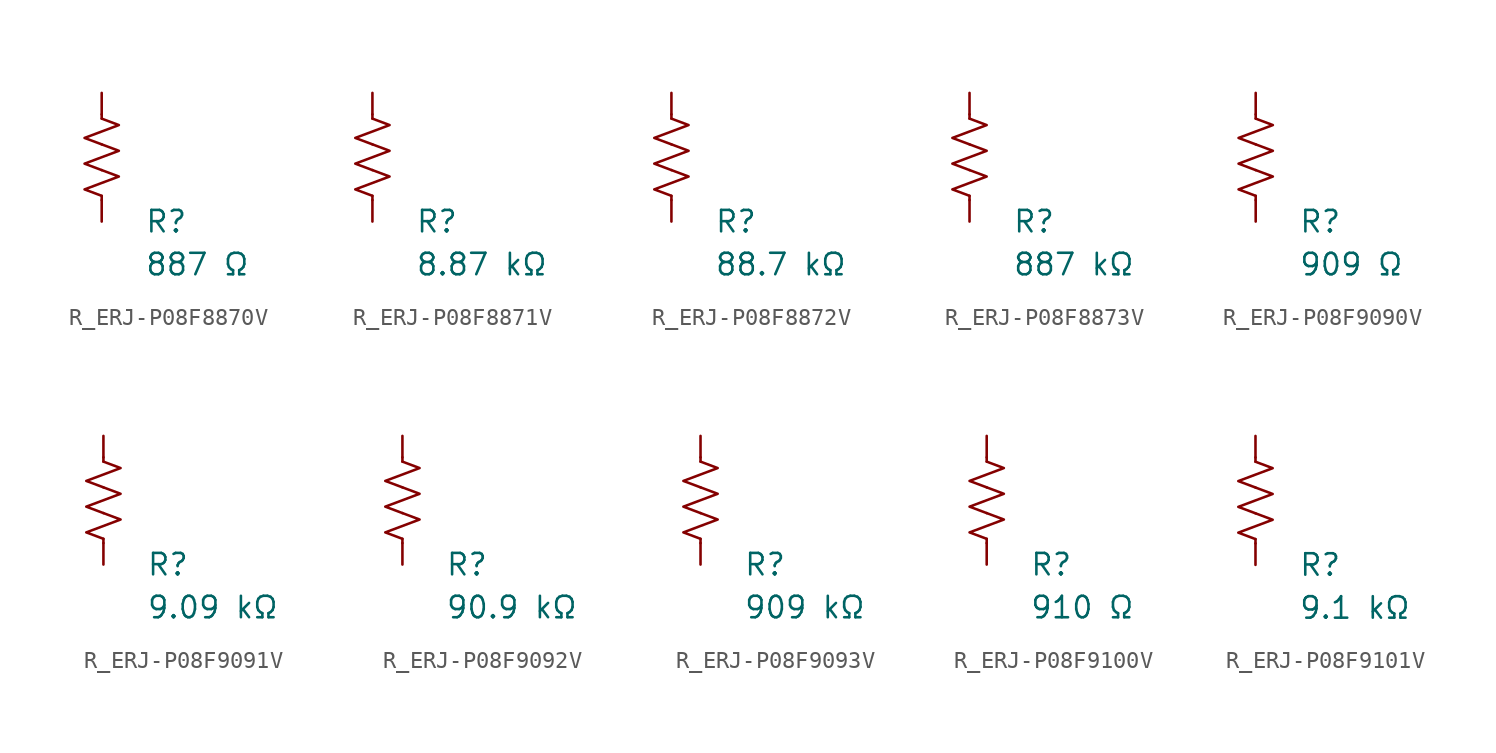
<source format=kicad_sym>
(kicad_symbol_lib
  (version 20231120)
  (generator "kicad_symbol_editor")
  (generator_version "8.0")
  (symbol "R_ERJ-P08F8870V"
    (pin_numbers hide)
    (pin_names
      (offset 0))
    (property "Reference" "R"
      (at 2.54 -3.81 0)
      (effects (font (size 1.27 1.27)) (justify left))
      (show_name no))
    (property "Value" "887 Ω"
      (at 2.54 -6.35 0)
      (effects (font (size 1.27 1.27)) (justify left))
      (show_name no))
    (symbol "R_ERJ-P08F8870V_0_1"
      (polyline (pts (xy 0 -2.286) (xy 0 -2.54)) (stroke (width 0) (type default)) (fill (type none)))
      (polyline (pts (xy 0 2.286) (xy 0 2.54)) (stroke (width 0) (type default)) (fill (type none)))
      (polyline (pts (xy 0 -0.762) (xy 1.016 -1.143) (xy 0 -1.524) (xy -1.016 -1.905) (xy 0 -2.286)) (stroke (width 0) (type default)) (fill (type none)))
      (polyline (pts (xy 0 0.762) (xy 1.016 0.381) (xy 0 0) (xy -1.016 -0.381) (xy 0 -0.762)) (stroke (width 0) (type default)) (fill (type none)))
      (polyline (pts (xy 0 2.286) (xy 1.016 1.905) (xy 0 1.524) (xy -1.016 1.143) (xy 0 0.762)) (stroke (width 0) (type default)) (fill (type none))))
    (symbol "R_ERJ-P08F8870V_1_1"
      (pin passive line (at 0 3.81 270) (length 1.27) (name "~" (effects (font (size 1.27 1.27)))) (number "1" (effects (font (size 1.27 1.27)))))
      (pin passive line (at 0 -3.81 90) (length 1.27) (name "~" (effects (font (size 1.27 1.27)))) (number "2" (effects (font (size 1.27 1.27)))))))
  (symbol "R_ERJ-P08F8871V"
    (pin_numbers hide)
    (pin_names
      (offset 0))
    (property "Reference" "R"
      (at 2.54 -3.81 0)
      (effects (font (size 1.27 1.27)) (justify left))
      (show_name no))
    (property "Value" "8.87 kΩ"
      (at 2.54 -6.35 0)
      (effects (font (size 1.27 1.27)) (justify left))
      (show_name no))
    (symbol "R_ERJ-P08F8871V_0_1"
      (polyline (pts (xy 0 -2.286) (xy 0 -2.54)) (stroke (width 0) (type default)) (fill (type none)))
      (polyline (pts (xy 0 2.286) (xy 0 2.54)) (stroke (width 0) (type default)) (fill (type none)))
      (polyline (pts (xy 0 -0.762) (xy 1.016 -1.143) (xy 0 -1.524) (xy -1.016 -1.905) (xy 0 -2.286)) (stroke (width 0) (type default)) (fill (type none)))
      (polyline (pts (xy 0 0.762) (xy 1.016 0.381) (xy 0 0) (xy -1.016 -0.381) (xy 0 -0.762)) (stroke (width 0) (type default)) (fill (type none)))
      (polyline (pts (xy 0 2.286) (xy 1.016 1.905) (xy 0 1.524) (xy -1.016 1.143) (xy 0 0.762)) (stroke (width 0) (type default)) (fill (type none))))
    (symbol "R_ERJ-P08F8871V_1_1"
      (pin passive line (at 0 3.81 270) (length 1.27) (name "~" (effects (font (size 1.27 1.27)))) (number "1" (effects (font (size 1.27 1.27)))))
      (pin passive line (at 0 -3.81 90) (length 1.27) (name "~" (effects (font (size 1.27 1.27)))) (number "2" (effects (font (size 1.27 1.27)))))))
  (symbol "R_ERJ-P08F8872V"
    (pin_numbers hide)
    (pin_names
      (offset 0))
    (property "Reference" "R"
      (at 2.54 -3.81 0)
      (effects (font (size 1.27 1.27)) (justify left))
      (show_name no))
    (property "Value" "88.7 kΩ"
      (at 2.54 -6.35 0)
      (effects (font (size 1.27 1.27)) (justify left))
      (show_name no))
    (symbol "R_ERJ-P08F8872V_0_1"
      (polyline (pts (xy 0 -2.286) (xy 0 -2.54)) (stroke (width 0) (type default)) (fill (type none)))
      (polyline (pts (xy 0 2.286) (xy 0 2.54)) (stroke (width 0) (type default)) (fill (type none)))
      (polyline (pts (xy 0 -0.762) (xy 1.016 -1.143) (xy 0 -1.524) (xy -1.016 -1.905) (xy 0 -2.286)) (stroke (width 0) (type default)) (fill (type none)))
      (polyline (pts (xy 0 0.762) (xy 1.016 0.381) (xy 0 0) (xy -1.016 -0.381) (xy 0 -0.762)) (stroke (width 0) (type default)) (fill (type none)))
      (polyline (pts (xy 0 2.286) (xy 1.016 1.905) (xy 0 1.524) (xy -1.016 1.143) (xy 0 0.762)) (stroke (width 0) (type default)) (fill (type none))))
    (symbol "R_ERJ-P08F8872V_1_1"
      (pin passive line (at 0 3.81 270) (length 1.27) (name "~" (effects (font (size 1.27 1.27)))) (number "1" (effects (font (size 1.27 1.27)))))
      (pin passive line (at 0 -3.81 90) (length 1.27) (name "~" (effects (font (size 1.27 1.27)))) (number "2" (effects (font (size 1.27 1.27)))))))
  (symbol "R_ERJ-P08F8873V"
    (pin_numbers hide)
    (pin_names
      (offset 0))
    (property "Reference" "R"
      (at 2.54 -3.81 0)
      (effects (font (size 1.27 1.27)) (justify left))
      (show_name no))
    (property "Value" "887 kΩ"
      (at 2.54 -6.35 0)
      (effects (font (size 1.27 1.27)) (justify left))
      (show_name no))
    (symbol "R_ERJ-P08F8873V_0_1"
      (polyline (pts (xy 0 -2.286) (xy 0 -2.54)) (stroke (width 0) (type default)) (fill (type none)))
      (polyline (pts (xy 0 2.286) (xy 0 2.54)) (stroke (width 0) (type default)) (fill (type none)))
      (polyline (pts (xy 0 -0.762) (xy 1.016 -1.143) (xy 0 -1.524) (xy -1.016 -1.905) (xy 0 -2.286)) (stroke (width 0) (type default)) (fill (type none)))
      (polyline (pts (xy 0 0.762) (xy 1.016 0.381) (xy 0 0) (xy -1.016 -0.381) (xy 0 -0.762)) (stroke (width 0) (type default)) (fill (type none)))
      (polyline (pts (xy 0 2.286) (xy 1.016 1.905) (xy 0 1.524) (xy -1.016 1.143) (xy 0 0.762)) (stroke (width 0) (type default)) (fill (type none))))
    (symbol "R_ERJ-P08F8873V_1_1"
      (pin passive line (at 0 3.81 270) (length 1.27) (name "~" (effects (font (size 1.27 1.27)))) (number "1" (effects (font (size 1.27 1.27)))))
      (pin passive line (at 0 -3.81 90) (length 1.27) (name "~" (effects (font (size 1.27 1.27)))) (number "2" (effects (font (size 1.27 1.27)))))))
  (symbol "R_ERJ-P08F9090V"
    (pin_numbers hide)
    (pin_names
      (offset 0))
    (property "Reference" "R"
      (at 2.54 -3.81 0)
      (effects (font (size 1.27 1.27)) (justify left))
      (show_name no))
    (property "Value" "909 Ω"
      (at 2.54 -6.35 0)
      (effects (font (size 1.27 1.27)) (justify left))
      (show_name no))
    (symbol "R_ERJ-P08F9090V_0_1"
      (polyline (pts (xy 0 -2.286) (xy 0 -2.54)) (stroke (width 0) (type default)) (fill (type none)))
      (polyline (pts (xy 0 2.286) (xy 0 2.54)) (stroke (width 0) (type default)) (fill (type none)))
      (polyline (pts (xy 0 -0.762) (xy 1.016 -1.143) (xy 0 -1.524) (xy -1.016 -1.905) (xy 0 -2.286)) (stroke (width 0) (type default)) (fill (type none)))
      (polyline (pts (xy 0 0.762) (xy 1.016 0.381) (xy 0 0) (xy -1.016 -0.381) (xy 0 -0.762)) (stroke (width 0) (type default)) (fill (type none)))
      (polyline (pts (xy 0 2.286) (xy 1.016 1.905) (xy 0 1.524) (xy -1.016 1.143) (xy 0 0.762)) (stroke (width 0) (type default)) (fill (type none))))
    (symbol "R_ERJ-P08F9090V_1_1"
      (pin passive line (at 0 3.81 270) (length 1.27) (name "~" (effects (font (size 1.27 1.27)))) (number "1" (effects (font (size 1.27 1.27)))))
      (pin passive line (at 0 -3.81 90) (length 1.27) (name "~" (effects (font (size 1.27 1.27)))) (number "2" (effects (font (size 1.27 1.27)))))))
  (symbol "R_ERJ-P08F9091V"
    (pin_numbers hide)
    (pin_names
      (offset 0))
    (property "Reference" "R"
      (at 2.54 -3.81 0)
      (effects (font (size 1.27 1.27)) (justify left))
      (show_name no))
    (property "Value" "9.09 kΩ"
      (at 2.54 -6.35 0)
      (effects (font (size 1.27 1.27)) (justify left))
      (show_name no))
    (symbol "R_ERJ-P08F9091V_0_1"
      (polyline (pts (xy 0 -2.286) (xy 0 -2.54)) (stroke (width 0) (type default)) (fill (type none)))
      (polyline (pts (xy 0 2.286) (xy 0 2.54)) (stroke (width 0) (type default)) (fill (type none)))
      (polyline (pts (xy 0 -0.762) (xy 1.016 -1.143) (xy 0 -1.524) (xy -1.016 -1.905) (xy 0 -2.286)) (stroke (width 0) (type default)) (fill (type none)))
      (polyline (pts (xy 0 0.762) (xy 1.016 0.381) (xy 0 0) (xy -1.016 -0.381) (xy 0 -0.762)) (stroke (width 0) (type default)) (fill (type none)))
      (polyline (pts (xy 0 2.286) (xy 1.016 1.905) (xy 0 1.524) (xy -1.016 1.143) (xy 0 0.762)) (stroke (width 0) (type default)) (fill (type none))))
    (symbol "R_ERJ-P08F9091V_1_1"
      (pin passive line (at 0 3.81 270) (length 1.27) (name "~" (effects (font (size 1.27 1.27)))) (number "1" (effects (font (size 1.27 1.27)))))
      (pin passive line (at 0 -3.81 90) (length 1.27) (name "~" (effects (font (size 1.27 1.27)))) (number "2" (effects (font (size 1.27 1.27)))))))
  (symbol "R_ERJ-P08F9092V"
    (pin_numbers hide)
    (pin_names
      (offset 0))
    (property "Reference" "R"
      (at 2.54 -3.81 0)
      (effects (font (size 1.27 1.27)) (justify left))
      (show_name no))
    (property "Value" "90.9 kΩ"
      (at 2.54 -6.35 0)
      (effects (font (size 1.27 1.27)) (justify left))
      (show_name no))
    (symbol "R_ERJ-P08F9092V_0_1"
      (polyline (pts (xy 0 -2.286) (xy 0 -2.54)) (stroke (width 0) (type default)) (fill (type none)))
      (polyline (pts (xy 0 2.286) (xy 0 2.54)) (stroke (width 0) (type default)) (fill (type none)))
      (polyline (pts (xy 0 -0.762) (xy 1.016 -1.143) (xy 0 -1.524) (xy -1.016 -1.905) (xy 0 -2.286)) (stroke (width 0) (type default)) (fill (type none)))
      (polyline (pts (xy 0 0.762) (xy 1.016 0.381) (xy 0 0) (xy -1.016 -0.381) (xy 0 -0.762)) (stroke (width 0) (type default)) (fill (type none)))
      (polyline (pts (xy 0 2.286) (xy 1.016 1.905) (xy 0 1.524) (xy -1.016 1.143) (xy 0 0.762)) (stroke (width 0) (type default)) (fill (type none))))
    (symbol "R_ERJ-P08F9092V_1_1"
      (pin passive line (at 0 3.81 270) (length 1.27) (name "~" (effects (font (size 1.27 1.27)))) (number "1" (effects (font (size 1.27 1.27)))))
      (pin passive line (at 0 -3.81 90) (length 1.27) (name "~" (effects (font (size 1.27 1.27)))) (number "2" (effects (font (size 1.27 1.27)))))))
  (symbol "R_ERJ-P08F9093V"
    (pin_numbers hide)
    (pin_names
      (offset 0))
    (property "Reference" "R"
      (at 2.54 -3.81 0)
      (effects (font (size 1.27 1.27)) (justify left))
      (show_name no))
    (property "Value" "909 kΩ"
      (at 2.54 -6.35 0)
      (effects (font (size 1.27 1.27)) (justify left))
      (show_name no))
    (symbol "R_ERJ-P08F9093V_0_1"
      (polyline (pts (xy 0 -2.286) (xy 0 -2.54)) (stroke (width 0) (type default)) (fill (type none)))
      (polyline (pts (xy 0 2.286) (xy 0 2.54)) (stroke (width 0) (type default)) (fill (type none)))
      (polyline (pts (xy 0 -0.762) (xy 1.016 -1.143) (xy 0 -1.524) (xy -1.016 -1.905) (xy 0 -2.286)) (stroke (width 0) (type default)) (fill (type none)))
      (polyline (pts (xy 0 0.762) (xy 1.016 0.381) (xy 0 0) (xy -1.016 -0.381) (xy 0 -0.762)) (stroke (width 0) (type default)) (fill (type none)))
      (polyline (pts (xy 0 2.286) (xy 1.016 1.905) (xy 0 1.524) (xy -1.016 1.143) (xy 0 0.762)) (stroke (width 0) (type default)) (fill (type none))))
    (symbol "R_ERJ-P08F9093V_1_1"
      (pin passive line (at 0 3.81 270) (length 1.27) (name "~" (effects (font (size 1.27 1.27)))) (number "1" (effects (font (size 1.27 1.27)))))
      (pin passive line (at 0 -3.81 90) (length 1.27) (name "~" (effects (font (size 1.27 1.27)))) (number "2" (effects (font (size 1.27 1.27)))))))
  (symbol "R_ERJ-P08F9100V"
    (pin_numbers hide)
    (pin_names
      (offset 0))
    (property "Reference" "R"
      (at 2.54 -3.81 0)
      (effects (font (size 1.27 1.27)) (justify left))
      (show_name no))
    (property "Value" "910 Ω"
      (at 2.54 -6.35 0)
      (effects (font (size 1.27 1.27)) (justify left))
      (show_name no))
    (symbol "R_ERJ-P08F9100V_0_1"
      (polyline (pts (xy 0 -2.286) (xy 0 -2.54)) (stroke (width 0) (type default)) (fill (type none)))
      (polyline (pts (xy 0 2.286) (xy 0 2.54)) (stroke (width 0) (type default)) (fill (type none)))
      (polyline (pts (xy 0 -0.762) (xy 1.016 -1.143) (xy 0 -1.524) (xy -1.016 -1.905) (xy 0 -2.286)) (stroke (width 0) (type default)) (fill (type none)))
      (polyline (pts (xy 0 0.762) (xy 1.016 0.381) (xy 0 0) (xy -1.016 -0.381) (xy 0 -0.762)) (stroke (width 0) (type default)) (fill (type none)))
      (polyline (pts (xy 0 2.286) (xy 1.016 1.905) (xy 0 1.524) (xy -1.016 1.143) (xy 0 0.762)) (stroke (width 0) (type default)) (fill (type none))))
    (symbol "R_ERJ-P08F9100V_1_1"
      (pin passive line (at 0 3.81 270) (length 1.27) (name "~" (effects (font (size 1.27 1.27)))) (number "1" (effects (font (size 1.27 1.27)))))
      (pin passive line (at 0 -3.81 90) (length 1.27) (name "~" (effects (font (size 1.27 1.27)))) (number "2" (effects (font (size 1.27 1.27)))))))
  (symbol "R_ERJ-P08F9101V"
    (pin_numbers hide)
    (pin_names
      (offset 0))
    (property "Reference" "R"
      (at 2.54 -3.81 0)
      (effects (font (size 1.27 1.27)) (justify left))
      (show_name no))
    (property "Value" "9.1 kΩ"
      (at 2.54 -6.35 0)
      (effects (font (size 1.27 1.27)) (justify left))
      (show_name no))
    (symbol "R_ERJ-P08F9101V_0_1"
      (polyline (pts (xy 0 -2.286) (xy 0 -2.54)) (stroke (width 0) (type default)) (fill (type none)))
      (polyline (pts (xy 0 2.286) (xy 0 2.54)) (stroke (width 0) (type default)) (fill (type none)))
      (polyline (pts (xy 0 -0.762) (xy 1.016 -1.143) (xy 0 -1.524) (xy -1.016 -1.905) (xy 0 -2.286)) (stroke (width 0) (type default)) (fill (type none)))
      (polyline (pts (xy 0 0.762) (xy 1.016 0.381) (xy 0 0) (xy -1.016 -0.381) (xy 0 -0.762)) (stroke (width 0) (type default)) (fill (type none)))
      (polyline (pts (xy 0 2.286) (xy 1.016 1.905) (xy 0 1.524) (xy -1.016 1.143) (xy 0 0.762)) (stroke (width 0) (type default)) (fill (type none))))
    (symbol "R_ERJ-P08F9101V_1_1"
      (pin passive line (at 0 3.81 270) (length 1.27) (name "~" (effects (font (size 1.27 1.27)))) (number "1" (effects (font (size 1.27 1.27)))))
      (pin passive line (at 0 -3.81 90) (length 1.27) (name "~" (effects (font (size 1.27 1.27)))) (number "2" (effects (font (size 1.27 1.27))))))))
</source>
